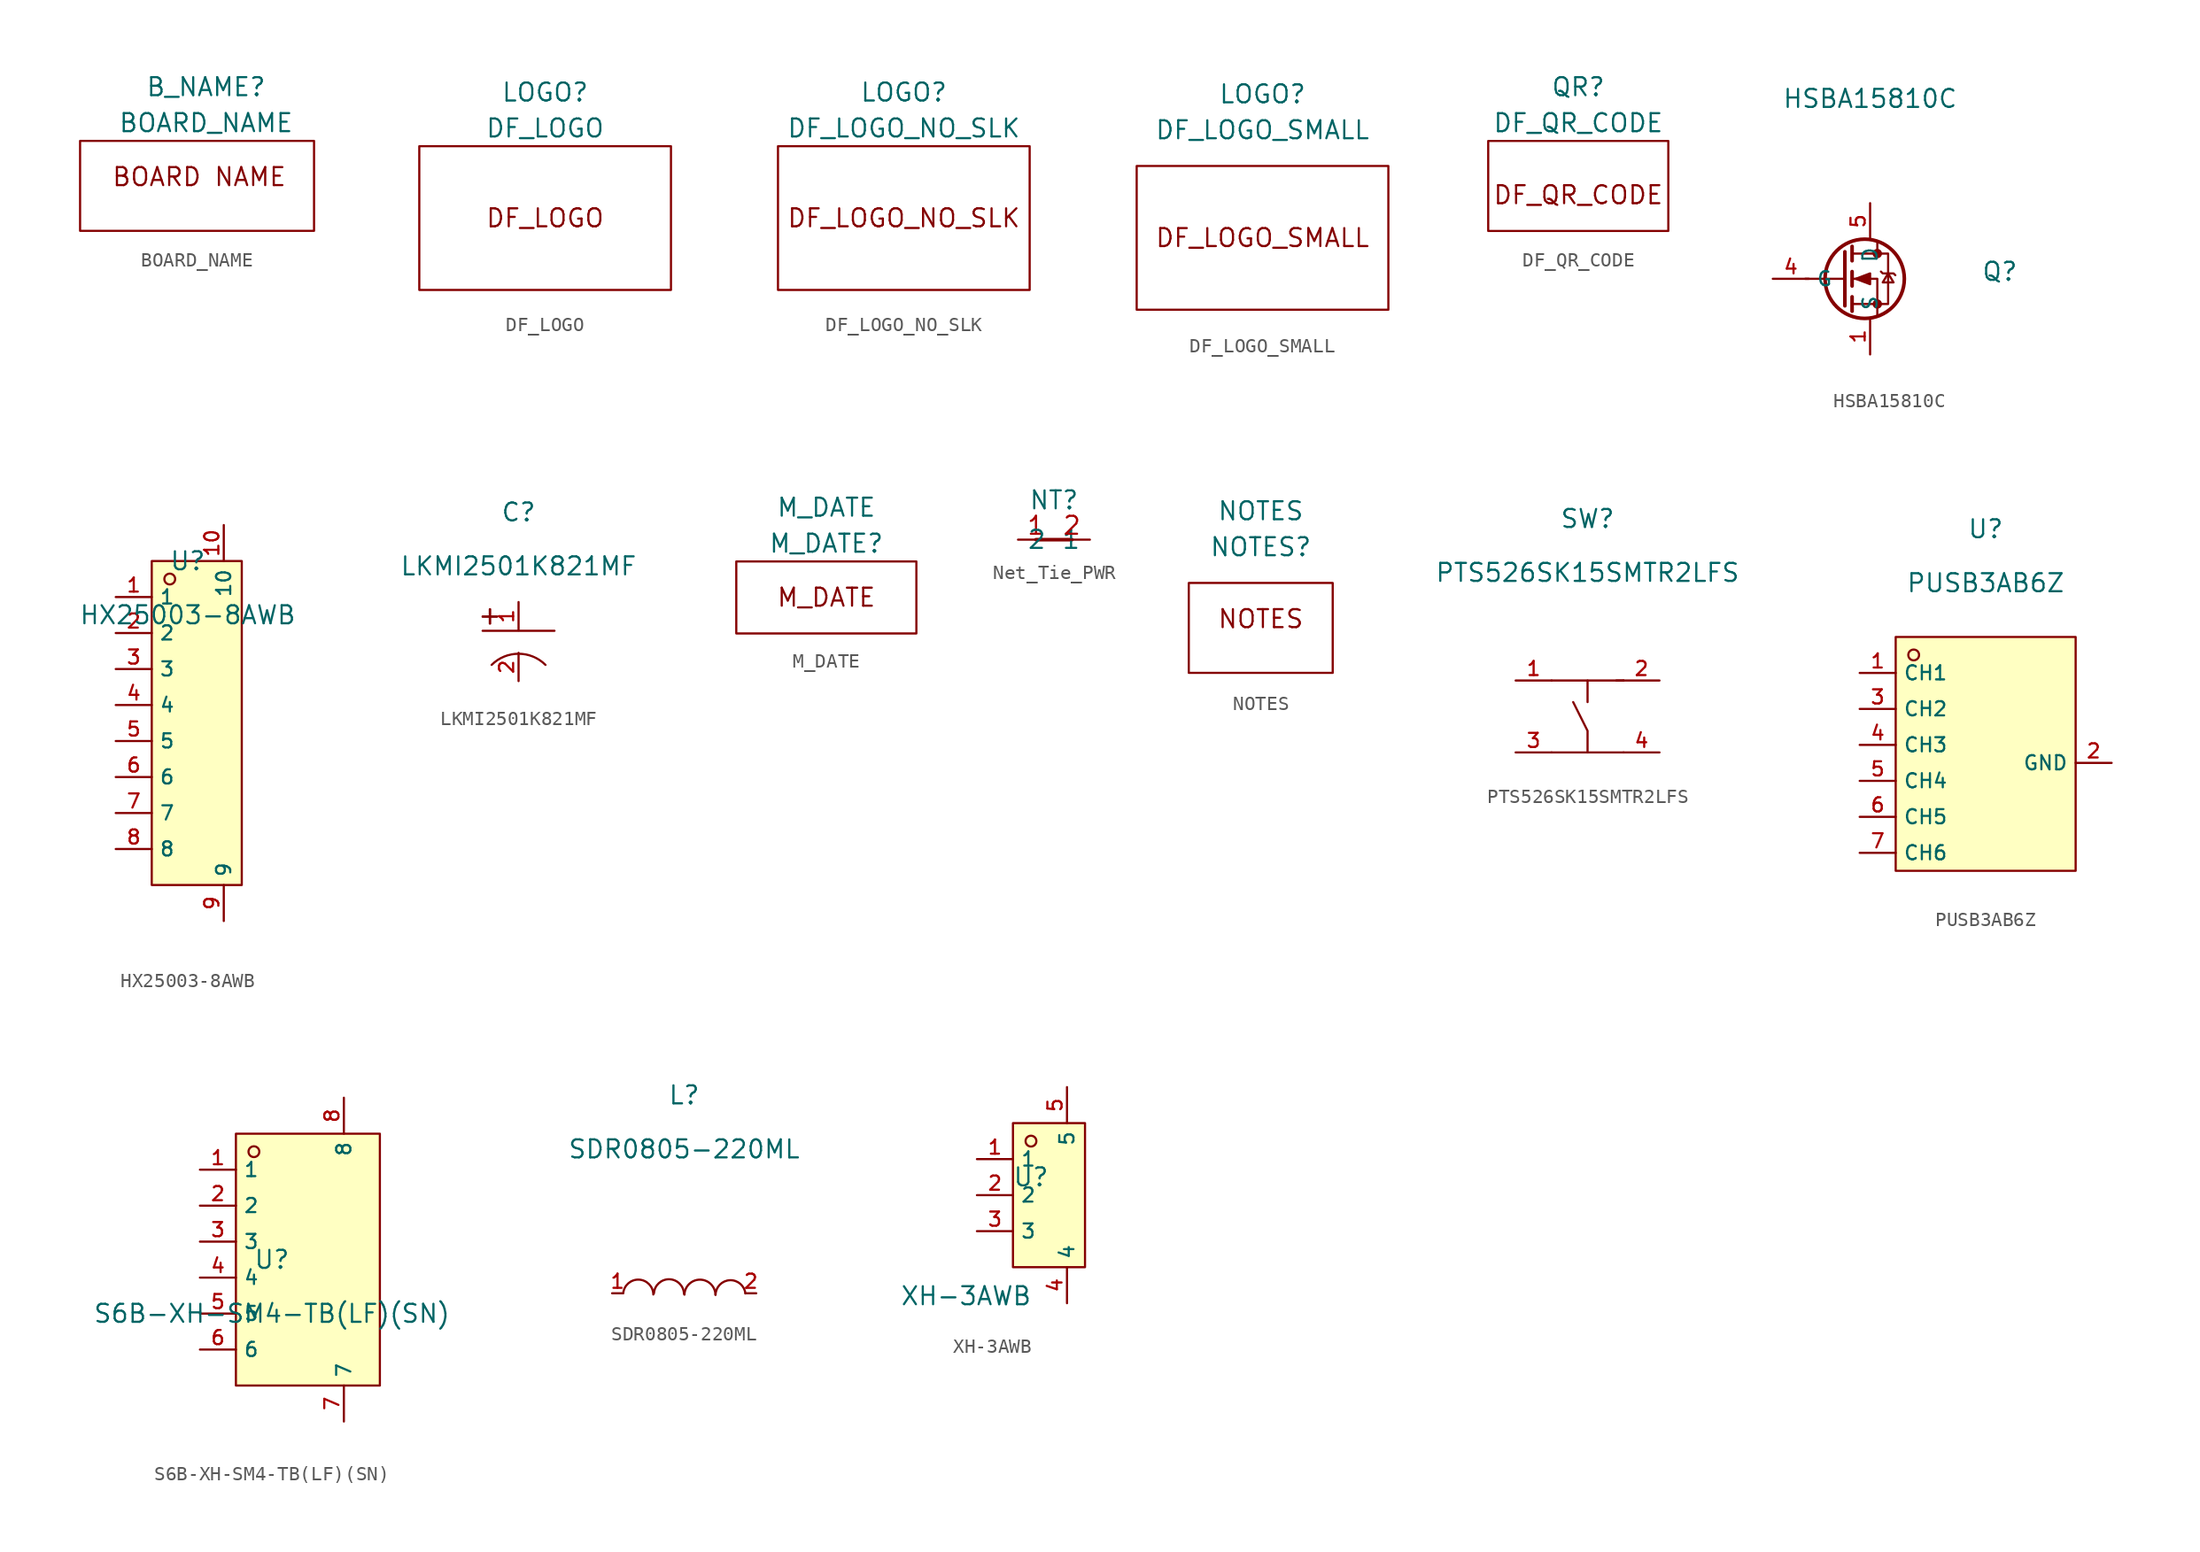
<source format=kicad_sym>
(kicad_symbol_lib
  (version 20220914)
  (generator kicad_symbol_editor)
  (symbol "BOARD_NAME"
    (property "Reference" "B_NAME"
      (at 0 1.27 0)
      (effects (font (size 1.27 1.27))))
    (property "Value" "BOARD_NAME"
      (at 0 -1.27 0)
      (effects (font (size 1.27 1.27))))
    (symbol "BOARD_NAME_0_0"
      (text "BOARD NAME " (at 0 -5.08 0) (effects (font (size 1.27 1.27)))))
    (symbol "BOARD_NAME_0_1"
      (rectangle (start -8.89 -2.54) (end 7.62 -8.89) (stroke (width 0) (type default)) (fill (type none)))))
  (symbol "DF_LOGO"
    (property "Reference" "LOGO"
      (at 0 2.54 0)
      (effects (font (size 1.27 1.27))))
    (property "Value" "DF_LOGO"
      (at 0 0 0)
      (effects (font (size 1.27 1.27))))
    (symbol "DF_LOGO_0_0"
      (text "DF_LOGO" (at 0 -6.35 0) (effects (font (size 1.27 1.27)))))
    (symbol "DF_LOGO_0_1"
      (rectangle (start -8.89 -1.27) (end 8.89 -11.43) (stroke (width 0) (type default)) (fill (type none)))))
  (symbol "DF_LOGO_NO_SLK"
    (property "Reference" "LOGO"
      (at 0 1.27 0)
      (effects (font (size 1.27 1.27))))
    (property "Value" "DF_LOGO_NO_SLK"
      (at 0 -1.27 0)
      (effects (font (size 1.27 1.27))))
    (symbol "DF_LOGO_NO_SLK_0_0"
      (text "DF_LOGO_NO_SLK" (at 0 -7.62 0) (effects (font (size 1.27 1.27)))))
    (symbol "DF_LOGO_NO_SLK_0_1"
      (rectangle (start -8.89 -2.54) (end 8.89 -12.7) (stroke (width 0) (type default)) (fill (type none)))))
  (symbol "DF_LOGO_SMALL"
    (property "Reference" "LOGO"
      (at 0 5.08 0)
      (effects (font (size 1.27 1.27))))
    (property "Value" "DF_LOGO_SMALL"
      (at 0 2.54 0)
      (effects (font (size 1.27 1.27))))
    (symbol "DF_LOGO_SMALL_0_0"
      (text "DF_LOGO_SMALL" (at 0 -5.08 0) (effects (font (size 1.27 1.27)))))
    (symbol "DF_LOGO_SMALL_0_1"
      (rectangle (start -8.89 0) (end 8.89 -10.16) (stroke (width 0) (type default)) (fill (type none)))))
  (symbol "DF_QR_CODE"
    (property "Reference" "QR"
      (at 0 1.27 0)
      (effects (font (size 1.27 1.27))))
    (property "Value" "DF_QR_CODE"
      (at 0 -1.27 0)
      (effects (font (size 1.27 1.27))))
    (symbol "DF_QR_CODE_0_0"
      (text "DF_QR_CODE" (at 0 -6.35 0) (effects (font (size 1.27 1.27)))))
    (symbol "DF_QR_CODE_0_1"
      (rectangle (start -6.35 -2.54) (end 6.35 -8.89) (stroke (width 0) (type default)) (fill (type none)))))
  (symbol "HSBA15810C"
    (property "Reference" "Q"
      (at 9.144 0.508 0)
      (effects (font (size 1.27 1.27))))
    (property "Value" "HSBA15810C"
      (at 0 12.7 0)
      (effects (font (size 1.27 1.27))))
    (symbol "HSBA15810C_0_0"
      (pin passive line (at 0 -5.334 90) (length 2.54) (name "S" (effects (font (size 1 1)))) (number "1" (effects (font (size 1 1)))))
      (pin passive line (at 0 -5.334 90) (length 2.54) hide (name "S" (effects (font (size 1 1)))) (number "2" (effects (font (size 1 1)))))
      (pin passive line (at 0 -5.334 90) (length 2.54) hide (name "S" (effects (font (size 1 1)))) (number "3" (effects (font (size 1 1)))))
      (pin passive line (at -6.858 0 0) (length 2.54) (name "G" (effects (font (size 1 1)))) (number "4" (effects (font (size 1 1)))))
      (pin passive line (at 0 5.334 270) (length 2.54) (name "D" (effects (font (size 1 1)))) (number "5" (effects (font (size 1 1)))))
      (pin passive line (at 0 5.334 270) (length 2.54) hide (name "D" (effects (font (size 1 1)))) (number "6" (effects (font (size 1 1)))))
      (pin passive line (at 0 5.334 270) (length 2.54) hide (name "D" (effects (font (size 1 1)))) (number "7" (effects (font (size 1 1)))))
      (pin passive line (at 0 5.334 270) (length 2.54) hide (name "D" (effects (font (size 1 1)))) (number "8" (effects (font (size 1 1)))))
      (pin passive line (at 0 5.334 270) (length 2.54) hide (name "D" (effects (font (size 1 1)))) (number "9" (effects (font (size 1 1))))))
    (symbol "HSBA15810C_0_1"
      (circle (center -0.381 0) (radius 2.794) (stroke (width 0.254) (type default)) (fill (type none)))
      (polyline (pts (xy -1.778 0) (xy -4.572 0)) (stroke (width 0) (type default)) (fill (type none)))
      (polyline (pts (xy -1.778 1.905) (xy -1.778 -1.905)) (stroke (width 0.254) (type default)) (fill (type none)))
      (polyline (pts (xy -1.27 -1.27) (xy -1.27 -2.286)) (stroke (width 0.254) (type default)) (fill (type none)))
      (polyline (pts (xy -1.27 0.508) (xy -1.27 -0.508)) (stroke (width 0.254) (type default)) (fill (type none)))
      (polyline (pts (xy -1.27 2.286) (xy -1.27 1.27)) (stroke (width 0.254) (type default)) (fill (type none)))
      (polyline (pts (xy 0.508 2.54) (xy 0.508 1.778)) (stroke (width 0) (type default)) (fill (type none)))
      (polyline (pts (xy 0.508 -2.54) (xy 0.508 0) (xy -1.27 0)) (stroke (width 0) (type default)) (fill (type none)))
      (polyline (pts (xy -1.27 -1.778) (xy 1.27 -1.778) (xy 1.27 1.778) (xy -1.27 1.778)) (stroke (width 0) (type default)) (fill (type none)))
      (polyline (pts (xy -1.016 0) (xy 0 0.381) (xy 0 -0.381) (xy -1.016 0)) (stroke (width 0) (type default)) (fill (type outline)))
      (polyline (pts (xy 0.762 0.508) (xy 0.889 0.381) (xy 1.651 0.381) (xy 1.778 0.254)) (stroke (width 0) (type default)) (fill (type none)))
      (polyline (pts (xy 1.27 0.381) (xy 0.889 -0.254) (xy 1.651 -0.254) (xy 1.27 0.381)) (stroke (width 0) (type default)) (fill (type none)))
      (circle (center 0.508 -1.778) (radius 0.254) (stroke (width 0) (type default)) (fill (type outline)))
      (circle (center 0.508 1.778) (radius 0.254) (stroke (width 0) (type default)) (fill (type outline)))))
  (symbol "HX25003-8AWB"
    (property "Reference" "U"
      (at 0 1.27 0)
      (effects (font (size 1.27 1.27))))
    (property "Value" "HX25003-8AWB"
      (at 0 -2.54 0)
      (effects (font (size 1.27 1.27))))
    (symbol "HX25003-8AWB_0_0"
      (rectangle (start -2.54 1.27) (end 3.81 -21.59) (stroke (width 0) (type default)) (fill (type background)))
      (circle (center -1.27 0) (radius 0.381) (stroke (width 0) (type default)) (fill (type background)))
      (pin unspecified line (at -5.08 -1.27 0) (length 2.54) (name "1" (effects (font (size 1 1)))) (number "1" (effects (font (size 1 1)))))
      (pin unspecified line (at 2.54 3.81 270) (length 2.54) (name "10" (effects (font (size 1 1)))) (number "10" (effects (font (size 1 1)))))
      (pin unspecified line (at -5.08 -3.81 0) (length 2.54) (name "2" (effects (font (size 1 1)))) (number "2" (effects (font (size 1 1)))))
      (pin unspecified line (at -5.08 -6.35 0) (length 2.54) (name "3" (effects (font (size 1 1)))) (number "3" (effects (font (size 1 1)))))
      (pin unspecified line (at -5.08 -8.89 0) (length 2.54) (name "4" (effects (font (size 1 1)))) (number "4" (effects (font (size 1 1)))))
      (pin unspecified line (at -5.08 -11.43 0) (length 2.54) (name "5" (effects (font (size 1 1)))) (number "5" (effects (font (size 1 1)))))
      (pin unspecified line (at -5.08 -13.97 0) (length 2.54) (name "6" (effects (font (size 1 1)))) (number "6" (effects (font (size 1 1)))))
      (pin unspecified line (at -5.08 -16.51 0) (length 2.54) (name "7" (effects (font (size 1 1)))) (number "7" (effects (font (size 1 1)))))
      (pin unspecified line (at -5.08 -19.05 0) (length 2.54) (name "8" (effects (font (size 1 1)))) (number "8" (effects (font (size 1 1)))))
      (pin unspecified line (at 2.54 -24.13 90) (length 2.54) (name "9" (effects (font (size 1 1)))) (number "9" (effects (font (size 1 1)))))))
  (symbol "LKMI2501K821MF"
    (pin_names hide)
    (property "Reference" "C"
      (at 0 1.27 0)
      (effects (font (size 1.27 1.27))))
    (property "Value" "LKMI2501K821MF"
      (at 0 -2.54 0)
      (effects (font (size 1.27 1.27))))
    (symbol "LKMI2501K821MF_0_0"
      (rectangle (start -2.54 -6.096) (end -1.524 -6.121) (stroke (width 0) (type default)) (fill (type background)))
      (rectangle (start -2.032 -5.588) (end -2.007 -6.604) (stroke (width 0) (type default)) (fill (type background)))
      (polyline (pts (xy -2.54 -7.112) (xy 2.54 -7.112)) (stroke (width 0) (type default)) (fill (type none)))
      (pin passive line (at 0 -5.08 270) (length 2) (name "1" (effects (font (size 1 1)))) (number "1" (effects (font (size 1 1)))))
      (pin passive line (at 0 -10.668 90) (length 2) (name "2" (effects (font (size 1 1)))) (number "2" (effects (font (size 1 1))))))
    (symbol "LKMI2501K821MF_0_1"
      (arc (start 1.9049 -9.5249) (mid -0.0001 -8.7359) (end -1.9051 -9.5251) (stroke (width 0) (type default)) (fill (type none)))))
  (symbol "M_DATE"
    (property "Reference" "M_DATE"
      (at 0 0 0)
      (effects (font (size 1.27 1.27))))
    (property "Value" "M_DATE"
      (at 0 2.54 0)
      (effects (font (size 1.27 1.27))))
    (symbol "M_DATE_0_0"
      (rectangle (start -6.35 -1.27) (end 6.35 -6.35) (stroke (width 0) (type default)) (fill (type none)))
      (text "M_DATE" (at 0 -3.81 0) (effects (font (size 1.27 1.27))))))
  (symbol "Net_Tie_PWR"
    (property "Reference" "NT"
      (at 0 2.794 0)
      (effects (font (size 1.27 1.27))))
    (symbol "Net_Tie_PWR_0_1"
      (polyline (pts (xy -1.27 0) (xy 1.27 0)) (stroke (width 0.254) (type default)) (fill (type none))))
    (symbol "Net_Tie_PWR_1_1"
      (pin passive line (at -2.54 0 0) (length 2.54) (name "1" (effects (font (size 1.27 1.27)))) (number "1" (effects (font (size 1.27 1.27)))))
      (pin passive line (at 2.54 0 180) (length 2.54) (name "2" (effects (font (size 1.27 1.27)))) (number "2" (effects (font (size 1.27 1.27)))))))
  (symbol "NOTES"
    (property "Reference" "NOTES"
      (at 0 0 0)
      (effects (font (size 1.27 1.27))))
    (property "Value" "NOTES"
      (at 0 2.54 0)
      (effects (font (size 1.27 1.27))))
    (symbol "NOTES_0_0"
      (rectangle (start -5.08 -2.54) (end 5.08 -8.89) (stroke (width 0) (type default)) (fill (type none)))
      (text "NOTES" (at 0 -5.08 0) (effects (font (size 1.27 1.27))))))
  (symbol "PTS526SK15SMTR2LFS"
    (pin_names hide)
    (property "Reference" "SW"
      (at 0 1.27 0)
      (effects (font (size 1.27 1.27))))
    (property "Value" "PTS526SK15SMTR2LFS"
      (at 0 -2.54 0)
      (effects (font (size 1.27 1.27))))
    (symbol "PTS526SK15SMTR2LFS_0_0"
      (polyline (pts (xy -2.54 -15.24) (xy 2.54 -15.24)) (stroke (width 0) (type default)) (fill (type none)))
      (polyline (pts (xy -2.54 -10.16) (xy 2.54 -10.16)) (stroke (width 0) (type default)) (fill (type none)))
      (polyline (pts (xy 0 -10.16) (xy 0 -11.684)) (stroke (width 0) (type default)) (fill (type none)))
      (polyline (pts (xy 2.032 -10.16) (xy 2.54 -10.16)) (stroke (width 0) (type default)) (fill (type none)))
      (polyline (pts (xy 0 -15.24) (xy 0 -13.716) (xy -1.016 -11.684)) (stroke (width 0) (type default)) (fill (type none)))
      (pin passive line (at -5.08 -10.16 0) (length 2.54) (name "1" (effects (font (size 1 1)))) (number "1" (effects (font (size 1 1)))))
      (pin passive line (at 5.08 -10.16 180) (length 2.54) (name "2" (effects (font (size 1 1)))) (number "2" (effects (font (size 1 1)))))
      (pin passive line (at -5.08 -15.24 0) (length 2.54) (name "3" (effects (font (size 1 1)))) (number "3" (effects (font (size 1 1)))))
      (pin passive line (at 5.08 -15.24 180) (length 2.54) (name "4" (effects (font (size 1 1)))) (number "4" (effects (font (size 1 1)))))))
  (symbol "PUSB3AB6Z"
    (property "Reference" "U"
      (at 0 1.27 0)
      (effects (font (size 1.27 1.27))))
    (property "Value" "PUSB3AB6Z"
      (at 0 -2.54 0)
      (effects (font (size 1.27 1.27))))
    (symbol "PUSB3AB6Z_0_0"
      (rectangle (start -6.35 -6.35) (end 6.35 -22.86) (stroke (width 0) (type default)) (fill (type background)))
      (circle (center -5.08 -7.62) (radius 0.381) (stroke (width 0) (type default)) (fill (type background)))
      (pin unspecified line (at -8.89 -8.89 0) (length 2.54) (name "CH1" (effects (font (size 1 1)))) (number "1" (effects (font (size 1 1)))))
      (pin unspecified line (at 8.89 -15.24 180) (length 2.54) (name "GND" (effects (font (size 1 1)))) (number "2" (effects (font (size 1 1)))))
      (pin unspecified line (at -8.89 -11.43 0) (length 2.54) (name "CH2" (effects (font (size 1 1)))) (number "3" (effects (font (size 1 1)))))
      (pin unspecified line (at -8.89 -13.97 0) (length 2.54) (name "CH3" (effects (font (size 1 1)))) (number "4" (effects (font (size 1 1)))))
      (pin unspecified line (at -8.89 -16.51 0) (length 2.54) (name "CH4" (effects (font (size 1 1)))) (number "5" (effects (font (size 1 1)))))
      (pin unspecified line (at -8.89 -19.05 0) (length 2.54) (name "CH5" (effects (font (size 1 1)))) (number "6" (effects (font (size 1 1)))))
      (pin unspecified line (at -8.89 -21.59 0) (length 2.54) (name "CH6" (effects (font (size 1 1)))) (number "7" (effects (font (size 1 1)))))))
  (symbol "S6B-XH-SM4-TB(LF)(SN)"
    (property "Reference" "U"
      (at 0 1.27 0)
      (effects (font (size 1.27 1.27))))
    (property "Value" "S6B-XH-SM4-TB(LF)(SN)"
      (at 0 -2.54 0)
      (effects (font (size 1.27 1.27))))
    (symbol "S6B-XH-SM4-TB(LF)(SN)_0_1"
      (rectangle (start -2.54 10.16) (end 7.62 -7.62) (stroke (width 0) (type default)) (fill (type background)))
      (circle (center -1.27 8.89) (radius 0.381) (stroke (width 0) (type default)) (fill (type background)))
      (pin unspecified line (at -5.08 7.62 0) (length 2.54) (name "1" (effects (font (size 1 1)))) (number "1" (effects (font (size 1 1)))))
      (pin unspecified line (at -5.08 5.08 0) (length 2.54) (name "2" (effects (font (size 1 1)))) (number "2" (effects (font (size 1 1)))))
      (pin unspecified line (at -5.08 2.54 0) (length 2.54) (name "3" (effects (font (size 1 1)))) (number "3" (effects (font (size 1 1)))))
      (pin unspecified line (at -5.08 0 0) (length 2.54) (name "4" (effects (font (size 1 1)))) (number "4" (effects (font (size 1 1)))))
      (pin unspecified line (at -5.08 -2.54 0) (length 2.54) (name "5" (effects (font (size 1 1)))) (number "5" (effects (font (size 1 1)))))
      (pin unspecified line (at -5.08 -5.08 0) (length 2.54) (name "6" (effects (font (size 1 1)))) (number "6" (effects (font (size 1 1)))))
      (pin unspecified line (at 5.08 -10.16 90) (length 2.54) (name "7" (effects (font (size 1 1)))) (number "7" (effects (font (size 1 1)))))
      (pin unspecified line (at 5.08 12.7 270) (length 2.54) (name "8" (effects (font (size 1 1)))) (number "8" (effects (font (size 1 1)))))))
  (symbol "SDR0805-220ML"
    (pin_names hide)
    (property "Reference" "L"
      (at 0 1.27 0)
      (effects (font (size 1.27 1.27))))
    (property "Value" "SDR0805-220ML"
      (at 0 -2.54 0)
      (effects (font (size 1.27 1.27))))
    (symbol "SDR0805-220ML_0_0"
      (arc (start -2.1741 -12.7872) (mid -3.1944 -11.7384) (end -4.2958 -12.7018) (stroke (width 0) (type default)) (fill (type none)))
      (arc (start -0.0142 -12.7393) (mid -1.0549 -11.711) (end -2.1295 -12.7037) (stroke (width 0) (type default)) (fill (type none)))
      (arc (start 2.2033 -12.8115) (mid 1.1169 -11.7408) (end 0.0194 -12.8003) (stroke (width 0) (type default)) (fill (type none)))
      (arc (start 4.3128 -12.714) (mid 3.2222 -11.7785) (end 2.2122 -12.8008) (stroke (width 0) (type default)) (fill (type none)))
      (pin unspecified line (at -5.08 -12.7 0) (length 0.762) (name "1" (effects (font (size 1 1)))) (number "1" (effects (font (size 1 1)))))
      (pin unspecified line (at 5.08 -12.7 180) (length 0.762) (name "2" (effects (font (size 1 1)))) (number "2" (effects (font (size 1 1)))))))
  (symbol "XH-3AWB"
    (property "Reference" "U"
      (at 0 1.27 0)
      (effects (font (size 1.27 1.27))))
    (property "Value" "XH-3AWB"
      (at -4.572 -7.112 0)
      (effects (font (size 1.27 1.27))))
    (symbol "XH-3AWB_0_1"
      (rectangle (start -1.27 5.08) (end 3.81 -5.08) (stroke (width 0) (type default)) (fill (type background)))
      (circle (center 0 3.81) (radius 0.381) (stroke (width 0) (type default)) (fill (type background)))
      (pin unspecified line (at -3.81 2.54 0) (length 2.54) (name "1" (effects (font (size 1 1)))) (number "1" (effects (font (size 1 1)))))
      (pin unspecified line (at -3.81 0 0) (length 2.54) (name "2" (effects (font (size 1 1)))) (number "2" (effects (font (size 1 1)))))
      (pin unspecified line (at -3.81 -2.54 0) (length 2.54) (name "3" (effects (font (size 1 1)))) (number "3" (effects (font (size 1 1)))))
      (pin unspecified line (at 2.54 -7.62 90) (length 2.54) (name "4" (effects (font (size 1 1)))) (number "4" (effects (font (size 1 1)))))
      (pin unspecified line (at 2.54 7.62 270) (length 2.54) (name "5" (effects (font (size 1 1)))) (number "5" (effects (font (size 1 1))))))))
</source>
